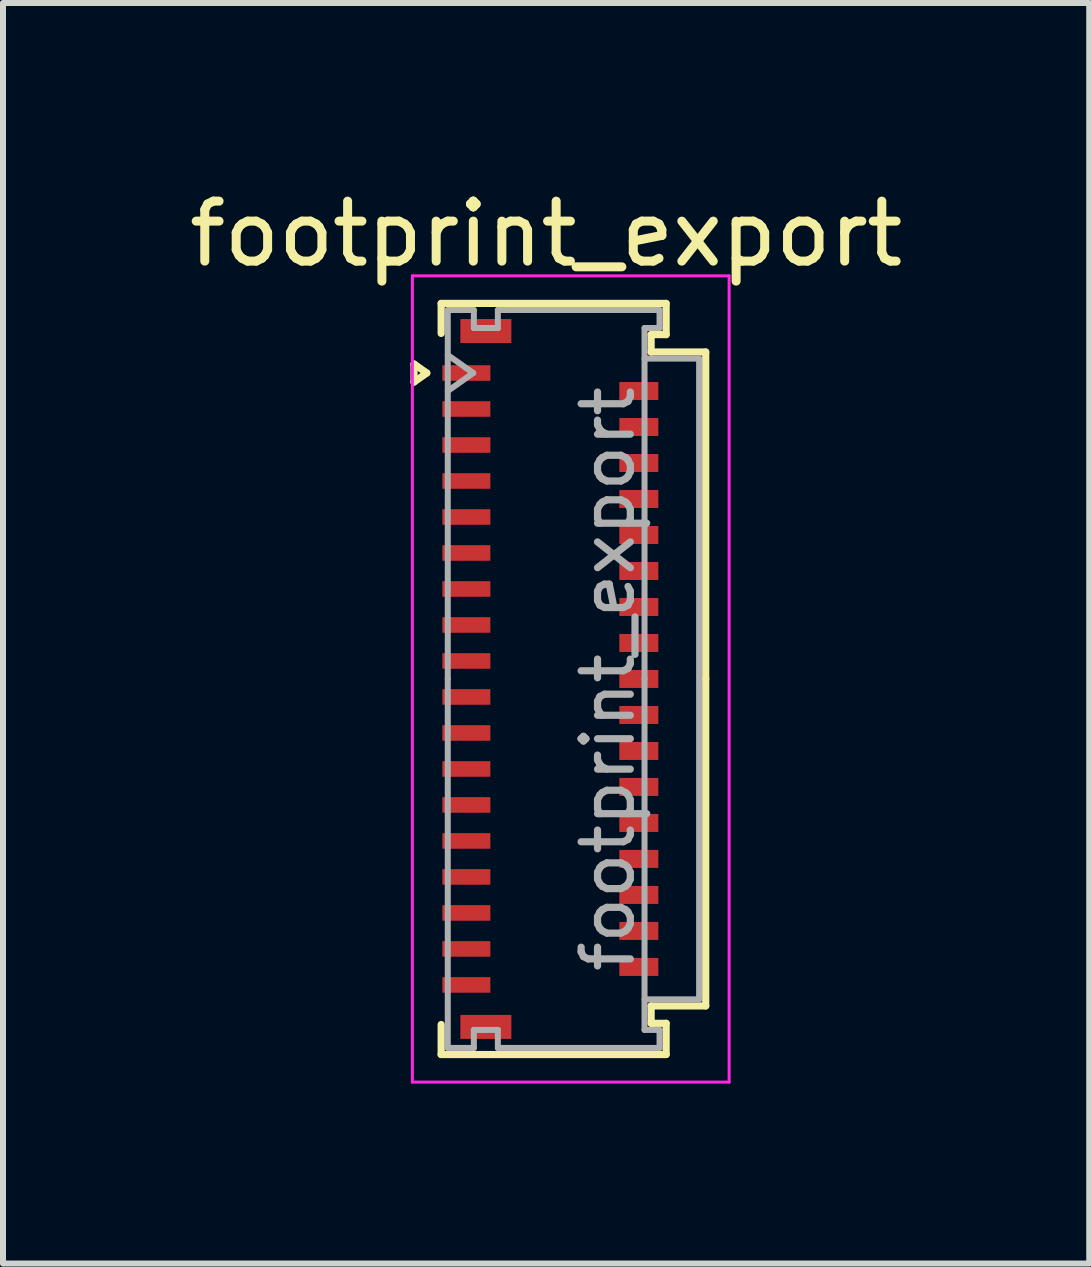
<source format=kicad_pcb>
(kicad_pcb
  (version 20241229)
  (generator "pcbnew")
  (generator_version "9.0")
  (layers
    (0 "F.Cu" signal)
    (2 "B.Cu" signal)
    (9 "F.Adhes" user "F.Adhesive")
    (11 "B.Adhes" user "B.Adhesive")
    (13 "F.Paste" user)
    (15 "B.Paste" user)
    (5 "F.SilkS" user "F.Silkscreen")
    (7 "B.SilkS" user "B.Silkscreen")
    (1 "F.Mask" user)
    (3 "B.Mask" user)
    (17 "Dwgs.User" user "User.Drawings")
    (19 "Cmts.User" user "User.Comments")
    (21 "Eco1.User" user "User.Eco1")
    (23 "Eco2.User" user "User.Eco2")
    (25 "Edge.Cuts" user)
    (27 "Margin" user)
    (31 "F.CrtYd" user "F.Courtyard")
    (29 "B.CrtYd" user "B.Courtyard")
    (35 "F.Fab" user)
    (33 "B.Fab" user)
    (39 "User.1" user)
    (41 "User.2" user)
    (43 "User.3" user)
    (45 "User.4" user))
  (footprint "footprint_export"
    (layer "F.Cu")
    (at 6.124 8.268)
    (property "Reference" "footprint_export" (at -0.07 -7.42 0) (layer "F.SilkS") (effects (font (size 1 1) (thickness 0.15))))
    (attr smd)
    (fp_line (start -2.272 -5.25) (end -2.06 -5.1) (stroke (width 0.12) (type solid)) (layer "F.SilkS"))
    (fp_line (start -2.272 -4.95) (end -2.272 -5.25) (stroke (width 0.12) (type solid)) (layer "F.SilkS"))
    (fp_line (start -2.06 -5.1) (end -2.272 -4.95) (stroke (width 0.12) (type solid)) (layer "F.SilkS"))
    (fp_line (start -1.82 -6.26) (end 1.93 -6.26) (stroke (width 0.12) (type solid)) (layer "F.SilkS"))
    (fp_line (start -1.82 -5.76) (end -1.82 -6.26) (stroke (width 0.12) (type solid)) (layer "F.SilkS"))
    (fp_line (start -1.82 5.76) (end -1.82 6.26) (stroke (width 0.12) (type solid)) (layer "F.SilkS"))
    (fp_line (start -1.82 6.26) (end 1.93 6.26) (stroke (width 0.12) (type solid)) (layer "F.SilkS"))
    (fp_line (start 1.68 -5.74) (end 1.68 -5.45) (stroke (width 0.12) (type solid)) (layer "F.SilkS"))
    (fp_line (start 1.68 -5.45) (end 2.59 -5.45) (stroke (width 0.12) (type solid)) (layer "F.SilkS"))
    (fp_line (start 1.68 5.45) (end 2.59 5.45) (stroke (width 0.12) (type solid)) (layer "F.SilkS"))
    (fp_line (start 1.68 5.74) (end 1.68 5.45) (stroke (width 0.12) (type solid)) (layer "F.SilkS"))
    (fp_line (start 1.93 -6.26) (end 1.93 -5.74) (stroke (width 0.12) (type solid)) (layer "F.SilkS"))
    (fp_line (start 1.93 -5.74) (end 1.68 -5.74) (stroke (width 0.12) (type solid)) (layer "F.SilkS"))
    (fp_line (start 1.93 5.74) (end 1.68 5.74) (stroke (width 0.12) (type solid)) (layer "F.SilkS"))
    (fp_line (start 1.93 6.26) (end 1.93 5.74) (stroke (width 0.12) (type solid)) (layer "F.SilkS"))
    (fp_line (start 2.59 -5.45) (end 2.59 0) (stroke (width 0.12) (type solid)) (layer "F.SilkS"))
    (fp_line (start 2.59 5.45) (end 2.59 0) (stroke (width 0.12) (type solid)) (layer "F.SilkS"))
    (fp_line (start -2.3 -6.72) (end -2.3 6.72) (stroke (width 0.05) (type solid)) (layer "F.CrtYd"))
    (fp_line (start -2.3 6.72) (end 2.98 6.72) (stroke (width 0.05) (type solid)) (layer "F.CrtYd"))
    (fp_line (start 2.98 -6.72) (end -2.3 -6.72) (stroke (width 0.05) (type solid)) (layer "F.CrtYd"))
    (fp_line (start 2.98 6.72) (end 2.98 -6.72) (stroke (width 0.05) (type solid)) (layer "F.CrtYd"))
    (fp_line (start -1.71 -6.15) (end -1.275 -6.15) (stroke (width 0.1) (type solid)) (layer "F.Fab"))
    (fp_line (start -1.71 -5.4) (end -1.286 -5.1) (stroke (width 0.1) (type solid)) (layer "F.Fab"))
    (fp_line (start -1.71 0) (end -1.71 -6.15) (stroke (width 0.1) (type solid)) (layer "F.Fab"))
    (fp_line (start -1.71 0) (end -1.71 6.15) (stroke (width 0.1) (type solid)) (layer "F.Fab"))
    (fp_line (start -1.71 6.15) (end -1.275 6.15) (stroke (width 0.1) (type solid)) (layer "F.Fab"))
    (fp_line (start -1.286 -5.1) (end -1.71 -4.8) (stroke (width 0.1) (type solid)) (layer "F.Fab"))
    (fp_line (start -1.275 -6.15) (end -1.275 -5.85) (stroke (width 0.1) (type solid)) (layer "F.Fab"))
    (fp_line (start -1.275 -5.85) (end -0.875 -5.85) (stroke (width 0.1) (type solid)) (layer "F.Fab"))
    (fp_line (start -1.275 5.85) (end -0.875 5.85) (stroke (width 0.1) (type solid)) (layer "F.Fab"))
    (fp_line (start -1.275 6.15) (end -1.275 5.85) (stroke (width 0.1) (type solid)) (layer "F.Fab"))
    (fp_line (start -0.875 -6.15) (end 1.82 -6.15) (stroke (width 0.1) (type solid)) (layer "F.Fab"))
    (fp_line (start -0.875 -5.85) (end -0.875 -6.15) (stroke (width 0.1) (type solid)) (layer "F.Fab"))
    (fp_line (start -0.875 5.85) (end -0.875 6.15) (stroke (width 0.1) (type solid)) (layer "F.Fab"))
    (fp_line (start -0.875 6.15) (end 1.82 6.15) (stroke (width 0.1) (type solid)) (layer "F.Fab"))
    (fp_line (start 1.57 -5.85) (end 1.57 0) (stroke (width 0.1) (type solid)) (layer "F.Fab"))
    (fp_line (start 1.57 -5.34) (end 2.48 -5.34) (stroke (width 0.1) (type solid)) (layer "F.Fab"))
    (fp_line (start 1.57 5.85) (end 1.57 0) (stroke (width 0.1) (type solid)) (layer "F.Fab"))
    (fp_line (start 1.82 -6.15) (end 1.82 -5.85) (stroke (width 0.1) (type solid)) (layer "F.Fab"))
    (fp_line (start 1.82 -5.85) (end 1.57 -5.85) (stroke (width 0.1) (type solid)) (layer "F.Fab"))
    (fp_line (start 1.82 5.85) (end 1.57 5.85) (stroke (width 0.1) (type solid)) (layer "F.Fab"))
    (fp_line (start 1.82 6.15) (end 1.82 5.85) (stroke (width 0.1) (type solid)) (layer "F.Fab"))
    (fp_line (start 2.48 -5.34) (end 2.48 5.34) (stroke (width 0.1) (type solid)) (layer "F.Fab"))
    (fp_line (start 2.48 5.34) (end 1.57 5.34) (stroke (width 0.1) (type solid)) (layer "F.Fab"))
    (fp_text user "${REFERENCE}" (at 0.96 0 90) (layer "F.Fab") (effects (font (size 0.82 0.82) (thickness 0.12))))
    (pad "1" smd rect (at -1.4 -5.1) (size 0.8 0.26) (layers "F.Cu" "F.Mask" "F.Paste"))
    (pad "2" smd rect (at 1.475 -4.8) (size 0.65 0.3) (layers "F.Cu" "F.Mask" "F.Paste"))
    (pad "3" smd rect (at -1.4 -4.5) (size 0.8 0.26) (layers "F.Cu" "F.Mask" "F.Paste"))
    (pad "4" smd rect (at 1.475 -4.2) (size 0.65 0.3) (layers "F.Cu" "F.Mask" "F.Paste"))
    (pad "5" smd rect (at -1.4 -3.9) (size 0.8 0.26) (layers "F.Cu" "F.Mask" "F.Paste"))
    (pad "6" smd rect (at 1.475 -3.6) (size 0.65 0.3) (layers "F.Cu" "F.Mask" "F.Paste"))
    (pad "7" smd rect (at -1.4 -3.3) (size 0.8 0.26) (layers "F.Cu" "F.Mask" "F.Paste"))
    (pad "8" smd rect (at 1.475 -3) (size 0.65 0.3) (layers "F.Cu" "F.Mask" "F.Paste"))
    (pad "9" smd rect (at -1.4 -2.7) (size 0.8 0.26) (layers "F.Cu" "F.Mask" "F.Paste"))
    (pad "10" smd rect (at 1.475 -2.4) (size 0.65 0.3) (layers "F.Cu" "F.Mask" "F.Paste"))
    (pad "11" smd rect (at -1.4 -2.1) (size 0.8 0.26) (layers "F.Cu" "F.Mask" "F.Paste"))
    (pad "12" smd rect (at 1.475 -1.8) (size 0.65 0.3) (layers "F.Cu" "F.Mask" "F.Paste"))
    (pad "13" smd rect (at -1.4 -1.5) (size 0.8 0.26) (layers "F.Cu" "F.Mask" "F.Paste"))
    (pad "14" smd rect (at 1.475 -1.2) (size 0.65 0.3) (layers "F.Cu" "F.Mask" "F.Paste"))
    (pad "15" smd rect (at -1.4 -0.9) (size 0.8 0.26) (layers "F.Cu" "F.Mask" "F.Paste"))
    (pad "16" smd rect (at 1.475 -0.6) (size 0.65 0.3) (layers "F.Cu" "F.Mask" "F.Paste"))
    (pad "17" smd rect (at -1.4 -0.3) (size 0.8 0.26) (layers "F.Cu" "F.Mask" "F.Paste"))
    (pad "18" smd rect (at 1.475 0) (size 0.65 0.3) (layers "F.Cu" "F.Mask" "F.Paste"))
    (pad "19" smd rect (at -1.4 0.3) (size 0.8 0.26) (layers "F.Cu" "F.Mask" "F.Paste"))
    (pad "20" smd rect (at 1.475 0.6) (size 0.65 0.3) (layers "F.Cu" "F.Mask" "F.Paste"))
    (pad "21" smd rect (at -1.4 0.9) (size 0.8 0.26) (layers "F.Cu" "F.Mask" "F.Paste"))
    (pad "22" smd rect (at 1.475 1.2) (size 0.65 0.3) (layers "F.Cu" "F.Mask" "F.Paste"))
    (pad "23" smd rect (at -1.4 1.5) (size 0.8 0.26) (layers "F.Cu" "F.Mask" "F.Paste"))
    (pad "24" smd rect (at 1.475 1.8) (size 0.65 0.3) (layers "F.Cu" "F.Mask" "F.Paste"))
    (pad "25" smd rect (at -1.4 2.1) (size 0.8 0.26) (layers "F.Cu" "F.Mask" "F.Paste"))
    (pad "26" smd rect (at 1.475 2.4) (size 0.65 0.3) (layers "F.Cu" "F.Mask" "F.Paste"))
    (pad "27" smd rect (at -1.4 2.7) (size 0.8 0.26) (layers "F.Cu" "F.Mask" "F.Paste"))
    (pad "28" smd rect (at 1.475 3) (size 0.65 0.3) (layers "F.Cu" "F.Mask" "F.Paste"))
    (pad "29" smd rect (at -1.4 3.3) (size 0.8 0.26) (layers "F.Cu" "F.Mask" "F.Paste"))
    (pad "30" smd rect (at 1.475 3.6) (size 0.65 0.3) (layers "F.Cu" "F.Mask" "F.Paste"))
    (pad "31" smd rect (at -1.4 3.9) (size 0.8 0.26) (layers "F.Cu" "F.Mask" "F.Paste"))
    (pad "32" smd rect (at 1.475 4.2) (size 0.65 0.3) (layers "F.Cu" "F.Mask" "F.Paste"))
    (pad "33" smd rect (at -1.4 4.5) (size 0.8 0.26) (layers "F.Cu" "F.Mask" "F.Paste"))
    (pad "34" smd rect (at 1.475 4.8) (size 0.65 0.3) (layers "F.Cu" "F.Mask" "F.Paste"))
    (pad "35" smd rect (at -1.4 5.1) (size 0.8 0.26) (layers "F.Cu" "F.Mask" "F.Paste"))
    (pad "MP" smd rect (at -1.075 -5.8) (size 0.85 0.4) (layers "F.Cu" "F.Mask" "F.Paste"))
    (pad "MP" smd rect (at -1.075 5.8) (size 0.85 0.4) (layers "F.Cu" "F.Mask" "F.Paste")))
  (gr_rect
    (start -3 -3)
    (end 15.107 18.013)
    (stroke (width 0.1) (type default))
    (fill no)
    (layer "Edge.Cuts")))
</source>
